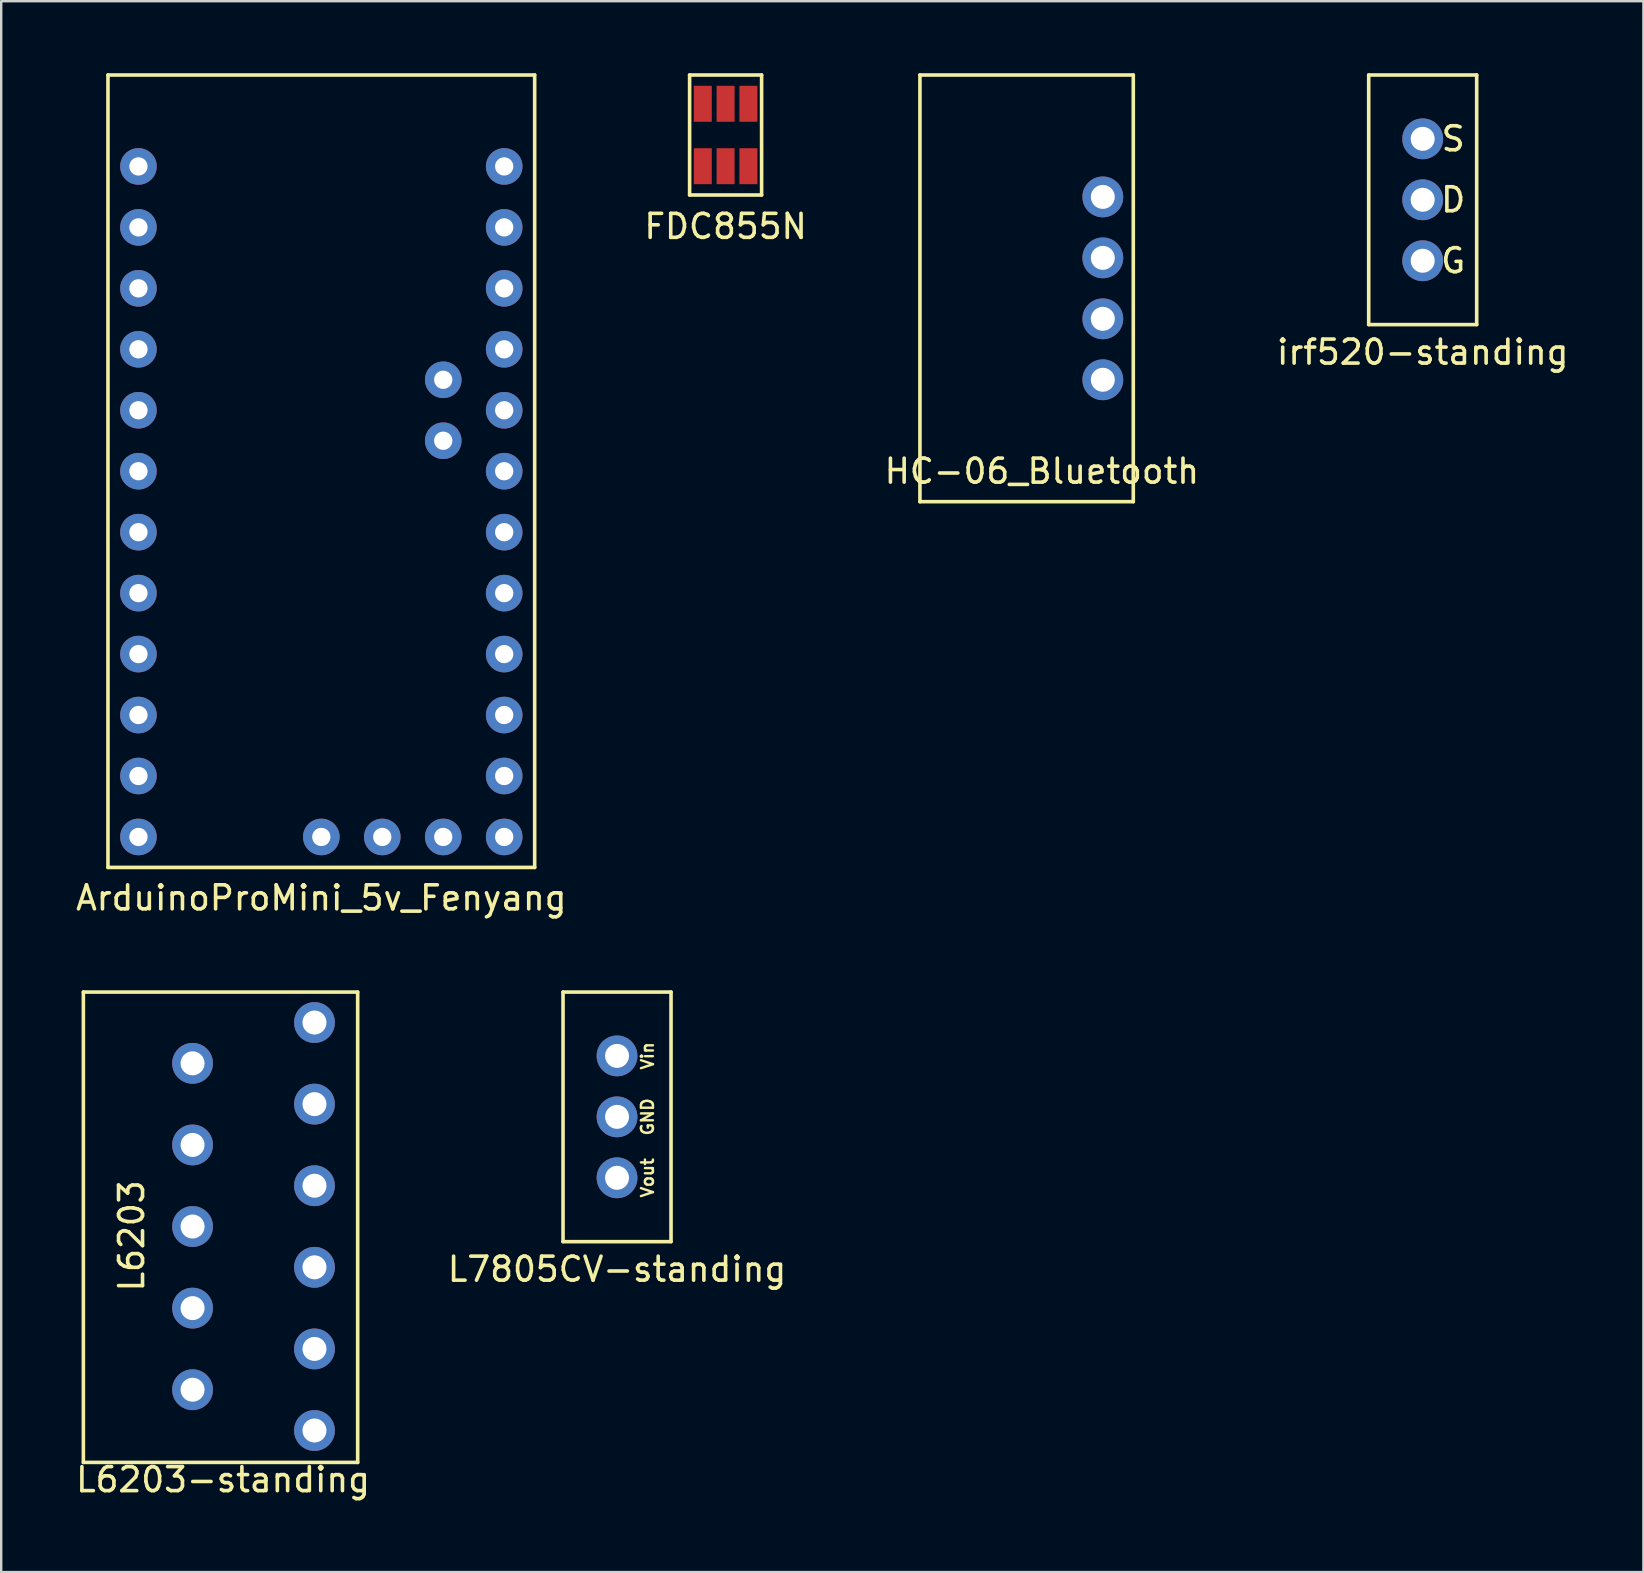
<source format=kicad_pcb>
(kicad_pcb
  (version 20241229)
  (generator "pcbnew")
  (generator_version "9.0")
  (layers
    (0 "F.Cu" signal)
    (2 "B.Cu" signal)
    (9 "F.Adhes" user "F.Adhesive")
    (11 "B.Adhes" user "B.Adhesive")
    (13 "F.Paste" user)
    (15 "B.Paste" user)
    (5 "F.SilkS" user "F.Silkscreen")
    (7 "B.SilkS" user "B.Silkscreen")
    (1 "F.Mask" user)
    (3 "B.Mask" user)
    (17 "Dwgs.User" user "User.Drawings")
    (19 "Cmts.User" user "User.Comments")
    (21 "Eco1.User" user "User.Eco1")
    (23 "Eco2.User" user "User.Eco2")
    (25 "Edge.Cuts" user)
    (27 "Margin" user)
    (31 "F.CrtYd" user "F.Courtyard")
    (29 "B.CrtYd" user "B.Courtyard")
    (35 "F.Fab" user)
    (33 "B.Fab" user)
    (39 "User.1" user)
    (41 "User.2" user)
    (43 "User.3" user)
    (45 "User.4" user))
  (footprint "FDC855N"
    (layer "F.Cu")
    (at 27.185 2.575)
    (property "Reference" "FDC855N" (at 0 3.81 0) (layer "F.SilkS") (effects (font (size 1 1) (thickness 0.15))))
    (attr through_hole)
    (fp_line (start -1.5 -2.5) (end -1.5 2.5) (stroke (width 0.15) (type solid)) (layer "F.SilkS"))
    (fp_line (start -1.5 -2.5) (end 1.5 -2.5) (stroke (width 0.15) (type solid)) (layer "F.SilkS"))
    (fp_line (start -1.5 2.5) (end 1.5 2.5) (stroke (width 0.15) (type solid)) (layer "F.SilkS"))
    (fp_line (start 1.5 -2.5) (end 1.5 2.5) (stroke (width 0.15) (type solid)) (layer "F.SilkS"))
    (pad "1" smd rect (at -0.95 1.3) (size 0.75 1.5) (layers "F.Cu" "F.Mask" "F.Paste"))
    (pad "2" smd rect (at 0 1.3) (size 0.75 1.5) (layers "F.Cu" "F.Mask" "F.Paste"))
    (pad "3" smd rect (at 0.95 1.3) (size 0.75 1.5) (layers "F.Cu" "F.Mask" "F.Paste"))
    (pad "4" smd rect (at 0.95 -1.3) (size 0.75 1.5) (layers "F.Cu" "F.Mask" "F.Paste"))
    (pad "5" smd rect (at 0 -1.3) (size 0.75 1.5) (layers "F.Cu" "F.Mask" "F.Paste"))
    (pad "6" smd rect (at -0.95 -1.3) (size 0.75 1.5) (layers "F.Cu" "F.Mask" "F.Paste")))
  (footprint "ArduinoProMini_5v_Fenyang"
    (layer "F.Cu")
    (at 2.719 3.885)
    (property "Reference" "ArduinoProMini_5v_Fenyang" (at 7.62 30.48 0) (layer "F.SilkS") (effects (font (size 1 1) (thickness 0.15))))
    (attr through_hole)
    (fp_line (start -1.27 -3.81) (end -1.27 29.21) (stroke (width 0.15) (type solid)) (layer "F.SilkS"))
    (fp_line (start -1.27 29.21) (end 16.51 29.21) (stroke (width 0.15) (type solid)) (layer "F.SilkS"))
    (fp_line (start 16.51 -3.81) (end -1.27 -3.81) (stroke (width 0.15) (type solid)) (layer "F.SilkS"))
    (fp_line (start 16.51 29.21) (end 16.51 -3.81) (stroke (width 0.15) (type solid)) (layer "F.SilkS"))
    (pad "1" thru_hole circle (at 0 0) (size 1.524 1.524) (drill 0.762) (layers "*.Cu" "*.Mask"))
    (pad "2" thru_hole circle (at 0 2.54) (size 1.524 1.524) (drill 0.762) (layers "*.Cu" "*.Mask"))
    (pad "3" thru_hole circle (at 0 5.08) (size 1.524 1.524) (drill 0.762) (layers "*.Cu" "*.Mask"))
    (pad "4" thru_hole circle (at 0 7.62) (size 1.524 1.524) (drill 0.762) (layers "*.Cu" "*.Mask"))
    (pad "4" thru_hole circle (at 7.62 27.94) (size 1.524 1.524) (drill 0.762) (layers "*.Cu" "*.Mask"))
    (pad "4" thru_hole circle (at 15.24 2.54) (size 1.524 1.524) (drill 0.762) (layers "*.Cu" "*.Mask"))
    (pad "5" thru_hole circle (at 0 10.16) (size 1.524 1.524) (drill 0.762) (layers "*.Cu" "*.Mask"))
    (pad "6" thru_hole circle (at 0 12.7) (size 1.524 1.524) (drill 0.762) (layers "*.Cu" "*.Mask"))
    (pad "7" thru_hole circle (at 0 15.24) (size 1.524 1.524) (drill 0.762) (layers "*.Cu" "*.Mask"))
    (pad "8" thru_hole circle (at 0 17.78) (size 1.524 1.524) (drill 0.762) (layers "*.Cu" "*.Mask"))
    (pad "9" thru_hole circle (at 0 20.32) (size 1.524 1.524) (drill 0.762) (layers "*.Cu" "*.Mask"))
    (pad "10" thru_hole circle (at 0 22.86) (size 1.524 1.524) (drill 0.762) (layers "*.Cu" "*.Mask"))
    (pad "11" thru_hole circle (at 0 25.4) (size 1.524 1.524) (drill 0.762) (layers "*.Cu" "*.Mask"))
    (pad "12" thru_hole circle (at 0 27.94) (size 1.524 1.524) (drill 0.762) (layers "*.Cu" "*.Mask"))
    (pad "13" thru_hole circle (at 15.24 0) (size 1.524 1.524) (drill 0.762) (layers "*.Cu" "*.Mask"))
    (pad "14" thru_hole circle (at 15.24 5.08) (size 1.524 1.524) (drill 0.762) (layers "*.Cu" "*.Mask"))
    (pad "15" thru_hole circle (at 15.24 7.62) (size 1.524 1.524) (drill 0.762) (layers "*.Cu" "*.Mask"))
    (pad "16" thru_hole circle (at 15.24 10.16) (size 1.524 1.524) (drill 0.762) (layers "*.Cu" "*.Mask"))
    (pad "17" thru_hole circle (at 15.24 12.7) (size 1.524 1.524) (drill 0.762) (layers "*.Cu" "*.Mask"))
    (pad "18" thru_hole circle (at 15.24 15.24) (size 1.524 1.524) (drill 0.762) (layers "*.Cu" "*.Mask"))
    (pad "19" thru_hole circle (at 15.24 17.78) (size 1.524 1.524) (drill 0.762) (layers "*.Cu" "*.Mask"))
    (pad "20" thru_hole circle (at 15.24 20.32) (size 1.524 1.524) (drill 0.762) (layers "*.Cu" "*.Mask"))
    (pad "21" thru_hole circle (at 15.24 22.86) (size 1.524 1.524) (drill 0.762) (layers "*.Cu" "*.Mask"))
    (pad "22" thru_hole circle (at 15.24 25.4) (size 1.524 1.524) (drill 0.762) (layers "*.Cu" "*.Mask"))
    (pad "23" thru_hole circle (at 15.24 27.94) (size 1.524 1.524) (drill 0.762) (layers "*.Cu" "*.Mask"))
    (pad "24" thru_hole circle (at 12.7 27.94) (size 1.524 1.524) (drill 0.762) (layers "*.Cu" "*.Mask"))
    (pad "25" thru_hole circle (at 10.16 27.94) (size 1.524 1.524) (drill 0.762) (layers "*.Cu" "*.Mask"))
    (pad "26" thru_hole circle (at 12.7 11.43) (size 1.524 1.524) (drill 0.762) (layers "*.Cu" "*.Mask"))
    (pad "27" thru_hole circle (at 12.7 8.89) (size 1.524 1.524) (drill 0.762) (layers "*.Cu" "*.Mask")))
  (footprint "L7805CV-standing"
    (layer "F.Cu")
    (at 22.661 43.488)
    (property "Reference" "L7805CV-standing" (at 0 6.35 0) (layer "F.SilkS") (effects (font (size 1 1) (thickness 0.15))))
    (attr through_hole)
    (fp_line (start -2.25 -5.2) (end 2.25 -5.2) (stroke (width 0.15) (type solid)) (layer "F.SilkS"))
    (fp_line (start -2.25 5.2) (end -2.25 -5.2) (stroke (width 0.15) (type solid)) (layer "F.SilkS"))
    (fp_line (start -2.25 5.2) (end 2.25 5.2) (stroke (width 0.15) (type solid)) (layer "F.SilkS"))
    (fp_line (start 2.25 -5.2) (end 2.25 5.2) (stroke (width 0.15) (type solid)) (layer "F.SilkS"))
    (fp_text user "GND" (at 1.27 0 90) (layer "F.SilkS") (effects (font (size 0.5 0.5) (thickness 0.1))))
    (fp_text user "Vout" (at 1.27 2.54 90) (layer "F.SilkS") (effects (font (size 0.5 0.5) (thickness 0.1))))
    (fp_text user "Vin" (at 1.27 -2.54 90) (layer "F.SilkS") (effects (font (size 0.5 0.5) (thickness 0.1))))
    (pad "1" thru_hole circle (at 0 -2.54) (size 1.7 1.7) (drill 1) (layers "*.Cu" "*.Mask"))
    (pad "2" thru_hole circle (at 0 0) (size 1.7 1.7) (drill 1) (layers "*.Cu" "*.Mask"))
    (pad "3" thru_hole circle (at 0 2.54) (size 1.7 1.7) (drill 1) (layers "*.Cu" "*.Mask")))
  (footprint "irf520-standing"
    (layer "F.Cu")
    (at 56.232 5.275)
    (property "Reference" "irf520-standing" (at 0 6.35 0) (layer "F.SilkS") (effects (font (size 1 1) (thickness 0.15))))
    (attr through_hole)
    (fp_line (start -2.25 -5.2) (end -2.25 5.2) (stroke (width 0.15) (type solid)) (layer "F.SilkS"))
    (fp_line (start -2.25 -5.2) (end 2.25 -5.2) (stroke (width 0.15) (type solid)) (layer "F.SilkS"))
    (fp_line (start -2.25 5.2) (end 2.25 5.2) (stroke (width 0.15) (type solid)) (layer "F.SilkS"))
    (fp_line (start 2.25 -5.2) (end 2.25 5.2) (stroke (width 0.15) (type solid)) (layer "F.SilkS"))
    (fp_text user "G" (at 1.27 2.54 0) (layer "F.SilkS") (effects (font (size 1 1) (thickness 0.15))))
    (fp_text user "D" (at 1.27 0 0) (layer "F.SilkS") (effects (font (size 1 1) (thickness 0.15))))
    (fp_text user "S" (at 1.27 -2.54 0) (layer "F.SilkS") (effects (font (size 1 1) (thickness 0.15))))
    (pad "1" thru_hole circle (at 0 0) (size 1.7 1.7) (drill 1) (layers "*.Cu" "*.Mask"))
    (pad "2" thru_hole circle (at 0 2.54) (size 1.7 1.7) (drill 1) (layers "*.Cu" "*.Mask"))
    (pad "3" thru_hole circle (at 0 -2.54) (size 1.7 1.7) (drill 1) (layers "*.Cu" "*.Mask")))
  (footprint "L6203-standing"
    (layer "F.Cu")
    (at 4.974 39.558)
    (property "Reference" "L6203-standing" (at 1.27 19.05 0) (layer "F.SilkS") (effects (font (size 1 1) (thickness 0.15))))
    (attr through_hole)
    (fp_line (start -4.55 -1.27) (end -4.55 18.33) (stroke (width 0.15) (type solid)) (layer "F.SilkS"))
    (fp_line (start -4.55 -1.27) (end 6.88 -1.27) (stroke (width 0.15) (type solid)) (layer "F.SilkS"))
    (fp_line (start -4.55 18.33) (end 6.88 18.33) (stroke (width 0.15) (type solid)) (layer "F.SilkS"))
    (fp_line (start 6.88 -1.27) (end 6.88 18.33) (stroke (width 0.15) (type solid)) (layer "F.SilkS"))
    (fp_text user "L6203" (at -2.54 8.89 90) (layer "F.SilkS") (effects (font (size 1 1) (thickness 0.15))))
    (pad "1" thru_hole circle (at 5.08 17) (size 1.7 1.7) (drill 1) (layers "*.Cu" "*.Mask"))
    (pad "2" thru_hole circle (at 0 15.3) (size 1.7 1.7) (drill 1) (layers "*.Cu" "*.Mask"))
    (pad "3" thru_hole circle (at 5.08 13.6) (size 1.7 1.7) (drill 1) (layers "*.Cu" "*.Mask"))
    (pad "4" thru_hole circle (at 0 11.9) (size 1.7 1.7) (drill 1) (layers "*.Cu" "*.Mask"))
    (pad "5" thru_hole circle (at 5.08 10.2) (size 1.7 1.7) (drill 1) (layers "*.Cu" "*.Mask"))
    (pad "6" thru_hole circle (at 0 8.5) (size 1.7 1.7) (drill 1) (layers "*.Cu" "*.Mask"))
    (pad "7" thru_hole circle (at 5.08 6.8) (size 1.7 1.7) (drill 1) (layers "*.Cu" "*.Mask"))
    (pad "8" thru_hole circle (at 0 5.1) (size 1.7 1.7) (drill 1) (layers "*.Cu" "*.Mask"))
    (pad "9" thru_hole circle (at 5.08 3.4) (size 1.7 1.7) (drill 1) (layers "*.Cu" "*.Mask"))
    (pad "10" thru_hole circle (at 0 1.7) (size 1.7 1.7) (drill 1) (layers "*.Cu" "*.Mask"))
    (pad "11" thru_hole circle (at 5.08 0) (size 1.7 1.7) (drill 1) (layers "*.Cu" "*.Mask")))
  (footprint "HC-06_Bluetooth"
    (layer "F.Cu")
    (at 42.903 8.965)
    (property "Reference" "HC-06_Bluetooth" (at -2.54 7.62 0) (layer "F.SilkS") (effects (font (size 1 1) (thickness 0.15))))
    (attr through_hole)
    (fp_line (start -7.62 -8.89) (end -7.62 8.89) (stroke (width 0.15) (type solid)) (layer "F.SilkS"))
    (fp_line (start -7.62 8.89) (end 1.27 8.89) (stroke (width 0.15) (type solid)) (layer "F.SilkS"))
    (fp_line (start 1.27 -8.89) (end -7.62 -8.89) (stroke (width 0.15) (type solid)) (layer "F.SilkS"))
    (fp_line (start 1.27 8.89) (end 1.27 -8.89) (stroke (width 0.15) (type solid)) (layer "F.SilkS"))
    (pad "1" thru_hole circle (at 0 -3.81) (size 1.7 1.7) (drill 1) (layers "*.Cu" "*.Mask"))
    (pad "2" thru_hole circle (at 0 -1.27) (size 1.7 1.7) (drill 1) (layers "*.Cu" "*.Mask"))
    (pad "3" thru_hole circle (at 0 1.27) (size 1.7 1.7) (drill 1) (layers "*.Cu" "*.Mask"))
    (pad "4" thru_hole circle (at 0 3.81) (size 1.7 1.7) (drill 1) (layers "*.Cu" "*.Mask")))
  (gr_rect
    (start -3 -3)
    (end 65.429 62.456)
    (stroke (width 0.1) (type default))
    (fill no)
    (layer "Edge.Cuts")))
</source>
